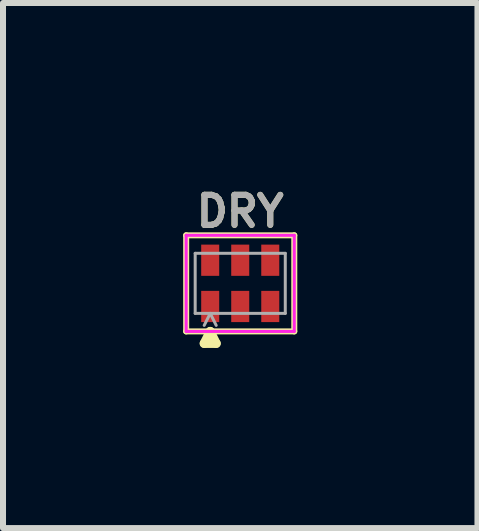
<source format=kicad_pcb>
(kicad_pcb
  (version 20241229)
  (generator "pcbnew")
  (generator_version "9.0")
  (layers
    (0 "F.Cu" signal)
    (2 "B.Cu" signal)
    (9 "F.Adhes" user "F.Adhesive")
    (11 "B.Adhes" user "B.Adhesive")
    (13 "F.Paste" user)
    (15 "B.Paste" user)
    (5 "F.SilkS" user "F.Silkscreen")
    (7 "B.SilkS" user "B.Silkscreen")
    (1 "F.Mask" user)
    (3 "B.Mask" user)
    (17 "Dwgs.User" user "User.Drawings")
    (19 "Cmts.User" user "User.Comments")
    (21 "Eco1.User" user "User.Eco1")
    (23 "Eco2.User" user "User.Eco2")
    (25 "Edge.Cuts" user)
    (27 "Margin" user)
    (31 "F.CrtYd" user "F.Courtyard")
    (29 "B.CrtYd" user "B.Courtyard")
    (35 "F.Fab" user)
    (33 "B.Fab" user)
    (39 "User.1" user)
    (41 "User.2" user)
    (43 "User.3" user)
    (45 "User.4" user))
  (footprint "DRY"
    (layer "F.Cu")
    (at 0.95 1.668)
    (property "Reference" "DRY" (at 0 -1.2 0) (layer "F.SilkS") (effects (font (size 0.5 0.5) (thickness 0.1))))
    (attr through_hole)
    (fp_line (start -0.9 -0.8) (end -0.9 0.8) (stroke (width 0.1) (type solid)) (layer "F.SilkS"))
    (fp_line (start -0.9 -0.8) (end 0.9 -0.8) (stroke (width 0.1) (type solid)) (layer "F.SilkS"))
    (fp_line (start -0.6 1) (end -0.4 1) (stroke (width 0.15) (type solid)) (layer "F.SilkS"))
    (fp_line (start -0.5 0.8) (end -0.6 1) (stroke (width 0.15) (type solid)) (layer "F.SilkS"))
    (fp_line (start -0.4 1) (end -0.5 0.8) (stroke (width 0.15) (type solid)) (layer "F.SilkS"))
    (fp_line (start 0.9 -0.8) (end 0.9 0.8) (stroke (width 0.1) (type solid)) (layer "F.SilkS"))
    (fp_line (start 0.9 0.8) (end -0.9 0.8) (stroke (width 0.1) (type solid)) (layer "F.SilkS"))
    (fp_line (start -0.9 -0.8) (end 0.9 -0.8) (stroke (width 0.05) (type solid)) (layer "F.CrtYd"))
    (fp_line (start -0.9 0.8) (end -0.9 -0.8) (stroke (width 0.05) (type solid)) (layer "F.CrtYd"))
    (fp_line (start 0.9 -0.8) (end 0.9 0.8) (stroke (width 0.05) (type solid)) (layer "F.CrtYd"))
    (fp_line (start 0.9 0.8) (end -0.9 0.8) (stroke (width 0.05) (type solid)) (layer "F.CrtYd"))
    (fp_line (start -0.75 -0.5) (end 0.75 -0.5) (stroke (width 0.05) (type solid)) (layer "F.Fab"))
    (fp_line (start -0.75 0.5) (end -0.75 -0.5) (stroke (width 0.05) (type solid)) (layer "F.Fab"))
    (fp_line (start -0.75 0.5) (end 0.75 0.5) (stroke (width 0.05) (type solid)) (layer "F.Fab"))
    (fp_line (start -0.6 0.7) (end -0.5 0.5) (stroke (width 0.05) (type solid)) (layer "F.Fab"))
    (fp_line (start -0.5 0.5) (end -0.4 0.7) (stroke (width 0.05) (type solid)) (layer "F.Fab"))
    (fp_line (start 0.75 -0.5) (end 0.75 0.5) (stroke (width 0.05) (type solid)) (layer "F.Fab"))
    (fp_text user "${REFERENCE}" (at 0 -1.2 0) (layer "F.Fab") (effects (font (size 0.5 0.5) (thickness 0.1))))
    (pad "1" smd rect (at -0.5 0.385 180) (size 0.3 0.52) (layers "F.Cu" "F.Mask" "F.Paste"))
    (pad "2" smd rect (at 0 0.385 180) (size 0.3 0.52) (layers "F.Cu" "F.Mask" "F.Paste"))
    (pad "3" smd rect (at 0.5 0.385 180) (size 0.3 0.52) (layers "F.Cu" "F.Mask" "F.Paste"))
    (pad "4" smd rect (at 0.5 -0.385 180) (size 0.3 0.52) (layers "F.Cu" "F.Mask" "F.Paste"))
    (pad "5" smd rect (at 0 -0.385 180) (size 0.3 0.52) (layers "F.Cu" "F.Mask" "F.Paste"))
    (pad "6" smd rect (at -0.5 -0.385 180) (size 0.3 0.52) (layers "F.Cu" "F.Mask" "F.Paste")))
  (gr_rect
    (start -3 -3)
    (end 4.9 5.743)
    (stroke (width 0.1) (type default))
    (fill no)
    (layer "Edge.Cuts")))
</source>
